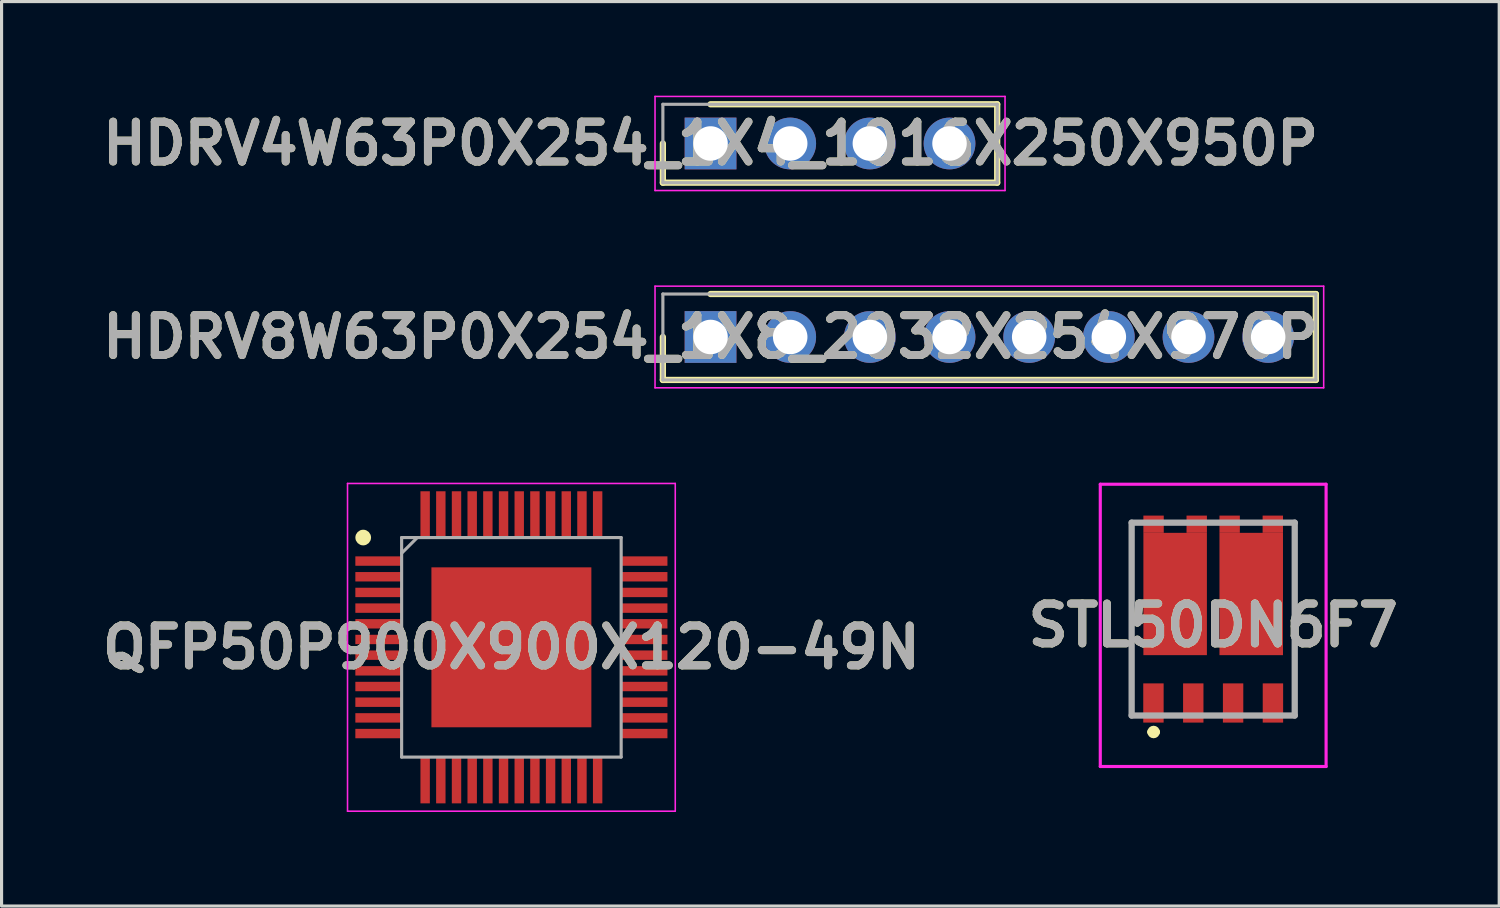
<source format=kicad_pcb>
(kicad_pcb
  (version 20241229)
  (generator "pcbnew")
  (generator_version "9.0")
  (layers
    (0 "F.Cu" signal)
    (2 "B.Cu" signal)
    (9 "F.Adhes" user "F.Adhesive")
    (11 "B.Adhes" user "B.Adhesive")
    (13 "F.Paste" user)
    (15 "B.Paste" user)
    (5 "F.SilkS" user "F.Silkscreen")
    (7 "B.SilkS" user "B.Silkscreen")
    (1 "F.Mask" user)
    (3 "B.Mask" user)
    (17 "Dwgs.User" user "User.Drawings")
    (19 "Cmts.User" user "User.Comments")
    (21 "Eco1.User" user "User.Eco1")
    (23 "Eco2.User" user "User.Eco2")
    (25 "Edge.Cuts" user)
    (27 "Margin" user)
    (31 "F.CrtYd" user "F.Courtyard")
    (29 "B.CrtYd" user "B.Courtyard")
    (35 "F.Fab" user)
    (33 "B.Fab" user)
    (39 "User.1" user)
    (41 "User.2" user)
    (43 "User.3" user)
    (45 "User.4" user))
  (footprint "HDRV4W63P0X254_1X4_1016X250X950P"
    (layer "F.Cu")
    (at 19.606 1.525)
    (property "Reference" "HDRV4W63P0X254_1X4_1016X250X950P" (at 0 0 0) (layer "F.SilkS") (effects (font (size 1.27 1.27) (thickness 0.254))))
    (attr through_hole)
    (fp_line (start -1.52 0) (end -1.52 1.25) (stroke (width 0.2) (type solid)) (layer "F.SilkS"))
    (fp_line (start -1.52 1.25) (end 9.14 1.25) (stroke (width 0.2) (type solid)) (layer "F.SilkS"))
    (fp_line (start 9.14 -1.25) (end 0 -1.25) (stroke (width 0.2) (type solid)) (layer "F.SilkS"))
    (fp_line (start 9.14 1.25) (end 9.14 -1.25) (stroke (width 0.2) (type solid)) (layer "F.SilkS"))
    (fp_line (start -1.77 -1.5) (end 9.39 -1.5) (stroke (width 0.05) (type solid)) (layer "F.CrtYd"))
    (fp_line (start -1.77 1.5) (end -1.77 -1.5) (stroke (width 0.05) (type solid)) (layer "F.CrtYd"))
    (fp_line (start 9.39 -1.5) (end 9.39 1.5) (stroke (width 0.05) (type solid)) (layer "F.CrtYd"))
    (fp_line (start 9.39 1.5) (end -1.77 1.5) (stroke (width 0.05) (type solid)) (layer "F.CrtYd"))
    (fp_line (start -1.52 -1.25) (end 9.14 -1.25) (stroke (width 0.1) (type solid)) (layer "F.Fab"))
    (fp_line (start -1.52 1.25) (end -1.52 -1.25) (stroke (width 0.1) (type solid)) (layer "F.Fab"))
    (fp_line (start 9.14 -1.25) (end 9.14 1.25) (stroke (width 0.1) (type solid)) (layer "F.Fab"))
    (fp_line (start 9.14 1.25) (end -1.52 1.25) (stroke (width 0.1) (type solid)) (layer "F.Fab"))
    (fp_text user "${REFERENCE}" (at 0 0 0) (layer "F.Fab") (effects (font (size 1.27 1.27) (thickness 0.254))))
    (pad "1" thru_hole rect (at 0 0) (size 1.65 1.65) (drill 1.1) (layers "*.Cu" "*.Mask"))
    (pad "2" thru_hole circle (at 2.54 0) (size 1.65 1.65) (drill 1.1) (layers "*.Cu" "*.Mask"))
    (pad "3" thru_hole circle (at 5.08 0) (size 1.65 1.65) (drill 1.1) (layers "*.Cu" "*.Mask"))
    (pad "4" thru_hole circle (at 7.62 0) (size 1.65 1.65) (drill 1.1) (layers "*.Cu" "*.Mask")))
  (footprint "STL50DN6F7"
    (layer "F.Cu")
    (at 35.633 16.89)
    (property "Reference" "STL50DN6F7" (at 0 0 0) (layer "F.SilkS") (effects (font (size 1.27 1.27) (thickness 0.254))))
    (attr smd)
    (fp_line (start -2.6 -3.225) (end -2.6 2.875) (stroke (width 0.1) (type solid)) (layer "F.SilkS"))
    (fp_line (start -2 3.4) (end -2 3.4) (stroke (width 0.2) (type solid)) (layer "F.SilkS"))
    (fp_line (start -1.8 3.4) (end -1.8 3.4) (stroke (width 0.2) (type solid)) (layer "F.SilkS"))
    (fp_line (start 2.6 -3.275) (end 2.6 2.875) (stroke (width 0.1) (type solid)) (layer "F.SilkS"))
    (fp_arc (start -2 3.4) (mid -1.9 3.3) (end -1.8 3.4) (stroke (width 0.2) (type solid)) (layer "F.SilkS"))
    (fp_arc (start -1.8 3.4) (mid -1.9 3.5) (end -2 3.4) (stroke (width 0.2) (type solid)) (layer "F.SilkS"))
    (fp_line (start -3.6 -4.5) (end 3.6 -4.5) (stroke (width 0.1) (type solid)) (layer "F.CrtYd"))
    (fp_line (start -3.6 4.5) (end -3.6 -4.5) (stroke (width 0.1) (type solid)) (layer "F.CrtYd"))
    (fp_line (start 3.6 -4.5) (end 3.6 4.5) (stroke (width 0.1) (type solid)) (layer "F.CrtYd"))
    (fp_line (start 3.6 4.5) (end -3.6 4.5) (stroke (width 0.1) (type solid)) (layer "F.CrtYd"))
    (fp_line (start -2.6 -3.275) (end 2.6 -3.275) (stroke (width 0.2) (type solid)) (layer "F.Fab"))
    (fp_line (start -2.6 2.875) (end -2.6 -3.275) (stroke (width 0.2) (type solid)) (layer "F.Fab"))
    (fp_line (start 2.6 -3.275) (end 2.6 2.875) (stroke (width 0.2) (type solid)) (layer "F.Fab"))
    (fp_line (start 2.6 2.875) (end -2.6 2.875) (stroke (width 0.2) (type solid)) (layer "F.Fab"))
    (fp_text user "${REFERENCE}" (at 0 0 0) (layer "F.Fab") (effects (font (size 1.27 1.27) (thickness 0.254))))
    (pad "1" smd rect (at -1.905 2.475) (size 0.65 1.25) (layers "F.Cu" "F.Mask" "F.Paste"))
    (pad "2" smd rect (at -0.635 2.475) (size 0.65 1.25) (layers "F.Cu" "F.Mask" "F.Paste"))
    (pad "3" smd rect (at 0.635 2.475) (size 0.65 1.25) (layers "F.Cu" "F.Mask" "F.Paste"))
    (pad "4" smd rect (at 1.905 2.475) (size 0.65 1.25) (layers "F.Cu" "F.Mask" "F.Paste"))
    (pad "5" smd rect (at 1.901 -3.225 90) (size 0.55 0.65) (layers "F.Cu" "F.Mask" "F.Paste"))
    (pad "6" smd rect (at 0.525 -3.225 90) (size 0.55 0.65) (layers "F.Cu" "F.Mask" "F.Paste"))
    (pad "7" smd rect (at -0.525 -3.225 90) (size 0.55 0.65) (layers "F.Cu" "F.Mask" "F.Paste"))
    (pad "8" smd rect (at -1.901 -3.225 90) (size 0.55 0.65) (layers "F.Cu" "F.Mask" "F.Paste"))
    (pad "9" smd rect (at -1.213 -1) (size 2.025 3.9) (layers "F.Cu" "F.Mask" "F.Paste"))
    (pad "10" smd rect (at 1.213 -1) (size 2.025 3.9) (layers "F.Cu" "F.Mask" "F.Paste")))
  (footprint "QFP50P900X900X120-49N"
    (layer "F.Cu")
    (at 13.256 17.59)
    (property "Reference" "QFP50P900X900X120-49N" (at 0 0 0) (layer "F.SilkS") (effects (font (size 1.27 1.27) (thickness 0.254))))
    (attr smd)
    (fp_circle (center -4.725 -3.5) (end -4.725 -3.375) (stroke (width 0.25) (type solid)) (fill no) (layer "F.SilkS"))
    (fp_line (start -5.225 -5.225) (end 5.225 -5.225) (stroke (width 0.05) (type solid)) (layer "F.CrtYd"))
    (fp_line (start -5.225 5.225) (end -5.225 -5.225) (stroke (width 0.05) (type solid)) (layer "F.CrtYd"))
    (fp_line (start 5.225 -5.225) (end 5.225 5.225) (stroke (width 0.05) (type solid)) (layer "F.CrtYd"))
    (fp_line (start 5.225 5.225) (end -5.225 5.225) (stroke (width 0.05) (type solid)) (layer "F.CrtYd"))
    (fp_line (start -3.5 -3.5) (end 3.5 -3.5) (stroke (width 0.1) (type solid)) (layer "F.Fab"))
    (fp_line (start -3.5 -3) (end -3 -3.5) (stroke (width 0.1) (type solid)) (layer "F.Fab"))
    (fp_line (start -3.5 3.5) (end -3.5 -3.5) (stroke (width 0.1) (type solid)) (layer "F.Fab"))
    (fp_line (start 3.5 -3.5) (end 3.5 3.5) (stroke (width 0.1) (type solid)) (layer "F.Fab"))
    (fp_line (start 3.5 3.5) (end -3.5 3.5) (stroke (width 0.1) (type solid)) (layer "F.Fab"))
    (fp_text user "${REFERENCE}" (at 0 0 0) (layer "F.Fab") (effects (font (size 1.27 1.27) (thickness 0.254))))
    (pad "1" smd rect (at -4.238 -2.75 90) (size 0.3 1.475) (layers "F.Cu" "F.Mask" "F.Paste"))
    (pad "2" smd rect (at -4.238 -2.25 90) (size 0.3 1.475) (layers "F.Cu" "F.Mask" "F.Paste"))
    (pad "3" smd rect (at -4.238 -1.75 90) (size 0.3 1.475) (layers "F.Cu" "F.Mask" "F.Paste"))
    (pad "4" smd rect (at -4.238 -1.25 90) (size 0.3 1.475) (layers "F.Cu" "F.Mask" "F.Paste"))
    (pad "5" smd rect (at -4.238 -0.75 90) (size 0.3 1.475) (layers "F.Cu" "F.Mask" "F.Paste"))
    (pad "6" smd rect (at -4.238 -0.25 90) (size 0.3 1.475) (layers "F.Cu" "F.Mask" "F.Paste"))
    (pad "7" smd rect (at -4.238 0.25 90) (size 0.3 1.475) (layers "F.Cu" "F.Mask" "F.Paste"))
    (pad "8" smd rect (at -4.238 0.75 90) (size 0.3 1.475) (layers "F.Cu" "F.Mask" "F.Paste"))
    (pad "9" smd rect (at -4.238 1.25 90) (size 0.3 1.475) (layers "F.Cu" "F.Mask" "F.Paste"))
    (pad "10" smd rect (at -4.238 1.75 90) (size 0.3 1.475) (layers "F.Cu" "F.Mask" "F.Paste"))
    (pad "11" smd rect (at -4.238 2.25 90) (size 0.3 1.475) (layers "F.Cu" "F.Mask" "F.Paste"))
    (pad "12" smd rect (at -4.238 2.75 90) (size 0.3 1.475) (layers "F.Cu" "F.Mask" "F.Paste"))
    (pad "13" smd rect (at -2.75 4.238) (size 0.3 1.475) (layers "F.Cu" "F.Mask" "F.Paste"))
    (pad "14" smd rect (at -2.25 4.238) (size 0.3 1.475) (layers "F.Cu" "F.Mask" "F.Paste"))
    (pad "15" smd rect (at -1.75 4.238) (size 0.3 1.475) (layers "F.Cu" "F.Mask" "F.Paste"))
    (pad "16" smd rect (at -1.25 4.238) (size 0.3 1.475) (layers "F.Cu" "F.Mask" "F.Paste"))
    (pad "17" smd rect (at -0.75 4.238) (size 0.3 1.475) (layers "F.Cu" "F.Mask" "F.Paste"))
    (pad "18" smd rect (at -0.25 4.238) (size 0.3 1.475) (layers "F.Cu" "F.Mask" "F.Paste"))
    (pad "19" smd rect (at 0.25 4.238) (size 0.3 1.475) (layers "F.Cu" "F.Mask" "F.Paste"))
    (pad "20" smd rect (at 0.75 4.238) (size 0.3 1.475) (layers "F.Cu" "F.Mask" "F.Paste"))
    (pad "21" smd rect (at 1.25 4.238) (size 0.3 1.475) (layers "F.Cu" "F.Mask" "F.Paste"))
    (pad "22" smd rect (at 1.75 4.238) (size 0.3 1.475) (layers "F.Cu" "F.Mask" "F.Paste"))
    (pad "23" smd rect (at 2.25 4.238) (size 0.3 1.475) (layers "F.Cu" "F.Mask" "F.Paste"))
    (pad "24" smd rect (at 2.75 4.238) (size 0.3 1.475) (layers "F.Cu" "F.Mask" "F.Paste"))
    (pad "25" smd rect (at 4.238 2.75 90) (size 0.3 1.475) (layers "F.Cu" "F.Mask" "F.Paste"))
    (pad "26" smd rect (at 4.238 2.25 90) (size 0.3 1.475) (layers "F.Cu" "F.Mask" "F.Paste"))
    (pad "27" smd rect (at 4.238 1.75 90) (size 0.3 1.475) (layers "F.Cu" "F.Mask" "F.Paste"))
    (pad "28" smd rect (at 4.238 1.25 90) (size 0.3 1.475) (layers "F.Cu" "F.Mask" "F.Paste"))
    (pad "29" smd rect (at 4.238 0.75 90) (size 0.3 1.475) (layers "F.Cu" "F.Mask" "F.Paste"))
    (pad "30" smd rect (at 4.238 0.25 90) (size 0.3 1.475) (layers "F.Cu" "F.Mask" "F.Paste"))
    (pad "31" smd rect (at 4.238 -0.25 90) (size 0.3 1.475) (layers "F.Cu" "F.Mask" "F.Paste"))
    (pad "32" smd rect (at 4.238 -0.75 90) (size 0.3 1.475) (layers "F.Cu" "F.Mask" "F.Paste"))
    (pad "33" smd rect (at 4.238 -1.25 90) (size 0.3 1.475) (layers "F.Cu" "F.Mask" "F.Paste"))
    (pad "34" smd rect (at 4.238 -1.75 90) (size 0.3 1.475) (layers "F.Cu" "F.Mask" "F.Paste"))
    (pad "35" smd rect (at 4.238 -2.25 90) (size 0.3 1.475) (layers "F.Cu" "F.Mask" "F.Paste"))
    (pad "36" smd rect (at 4.238 -2.75 90) (size 0.3 1.475) (layers "F.Cu" "F.Mask" "F.Paste"))
    (pad "37" smd rect (at 2.75 -4.238) (size 0.3 1.475) (layers "F.Cu" "F.Mask" "F.Paste"))
    (pad "38" smd rect (at 2.25 -4.238) (size 0.3 1.475) (layers "F.Cu" "F.Mask" "F.Paste"))
    (pad "39" smd rect (at 1.75 -4.238) (size 0.3 1.475) (layers "F.Cu" "F.Mask" "F.Paste"))
    (pad "40" smd rect (at 1.25 -4.238) (size 0.3 1.475) (layers "F.Cu" "F.Mask" "F.Paste"))
    (pad "41" smd rect (at 0.75 -4.238) (size 0.3 1.475) (layers "F.Cu" "F.Mask" "F.Paste"))
    (pad "42" smd rect (at 0.25 -4.238) (size 0.3 1.475) (layers "F.Cu" "F.Mask" "F.Paste"))
    (pad "43" smd rect (at -0.25 -4.238) (size 0.3 1.475) (layers "F.Cu" "F.Mask" "F.Paste"))
    (pad "44" smd rect (at -0.75 -4.238) (size 0.3 1.475) (layers "F.Cu" "F.Mask" "F.Paste"))
    (pad "45" smd rect (at -1.25 -4.238) (size 0.3 1.475) (layers "F.Cu" "F.Mask" "F.Paste"))
    (pad "46" smd rect (at -1.75 -4.238) (size 0.3 1.475) (layers "F.Cu" "F.Mask" "F.Paste"))
    (pad "47" smd rect (at -2.25 -4.238) (size 0.3 1.475) (layers "F.Cu" "F.Mask" "F.Paste"))
    (pad "48" smd rect (at -2.75 -4.238) (size 0.3 1.475) (layers "F.Cu" "F.Mask" "F.Paste"))
    (pad "49" smd rect (at 0 0) (size 5.1 5.1) (layers "F.Cu" "F.Mask" "F.Paste")))
  (footprint "HDRV8W63P0X254_1X8_2032X254X970P"
    (layer "F.Cu")
    (at 19.606 7.695)
    (property "Reference" "HDRV8W63P0X254_1X8_2032X254X970P" (at 0 0 0) (layer "F.SilkS") (effects (font (size 1.27 1.27) (thickness 0.254))))
    (attr through_hole)
    (fp_line (start -1.52 0) (end -1.52 1.37) (stroke (width 0.2) (type solid)) (layer "F.SilkS"))
    (fp_line (start -1.52 1.37) (end 19.3 1.37) (stroke (width 0.2) (type solid)) (layer "F.SilkS"))
    (fp_line (start 19.3 -1.37) (end 0 -1.37) (stroke (width 0.2) (type solid)) (layer "F.SilkS"))
    (fp_line (start 19.3 1.37) (end 19.3 -1.37) (stroke (width 0.2) (type solid)) (layer "F.SilkS"))
    (fp_line (start -1.77 -1.62) (end 19.55 -1.62) (stroke (width 0.05) (type solid)) (layer "F.CrtYd"))
    (fp_line (start -1.77 1.62) (end -1.77 -1.62) (stroke (width 0.05) (type solid)) (layer "F.CrtYd"))
    (fp_line (start 19.55 -1.62) (end 19.55 1.62) (stroke (width 0.05) (type solid)) (layer "F.CrtYd"))
    (fp_line (start 19.55 1.62) (end -1.77 1.62) (stroke (width 0.05) (type solid)) (layer "F.CrtYd"))
    (fp_line (start -1.52 -1.37) (end 19.3 -1.37) (stroke (width 0.1) (type solid)) (layer "F.Fab"))
    (fp_line (start -1.52 1.37) (end -1.52 -1.37) (stroke (width 0.1) (type solid)) (layer "F.Fab"))
    (fp_line (start 19.3 -1.37) (end 19.3 1.37) (stroke (width 0.1) (type solid)) (layer "F.Fab"))
    (fp_line (start 19.3 1.37) (end -1.52 1.37) (stroke (width 0.1) (type solid)) (layer "F.Fab"))
    (fp_text user "${REFERENCE}" (at 0 0 0) (layer "F.Fab") (effects (font (size 1.27 1.27) (thickness 0.254))))
    (pad "1" thru_hole rect (at 0 0) (size 1.65 1.65) (drill 1.1) (layers "*.Cu" "*.Mask"))
    (pad "2" thru_hole circle (at 2.54 0) (size 1.65 1.65) (drill 1.1) (layers "*.Cu" "*.Mask"))
    (pad "3" thru_hole circle (at 5.08 0) (size 1.65 1.65) (drill 1.1) (layers "*.Cu" "*.Mask"))
    (pad "4" thru_hole circle (at 7.62 0) (size 1.65 1.65) (drill 1.1) (layers "*.Cu" "*.Mask"))
    (pad "5" thru_hole circle (at 10.16 0) (size 1.65 1.65) (drill 1.1) (layers "*.Cu" "*.Mask"))
    (pad "6" thru_hole circle (at 12.7 0) (size 1.65 1.65) (drill 1.1) (layers "*.Cu" "*.Mask"))
    (pad "7" thru_hole circle (at 15.24 0) (size 1.65 1.65) (drill 1.1) (layers "*.Cu" "*.Mask"))
    (pad "8" thru_hole circle (at 17.78 0) (size 1.65 1.65) (drill 1.1) (layers "*.Cu" "*.Mask")))
  (gr_rect
    (start -3 -3)
    (end 44.753 25.84)
    (stroke (width 0.1) (type default))
    (fill no)
    (layer "Edge.Cuts")))
</source>
